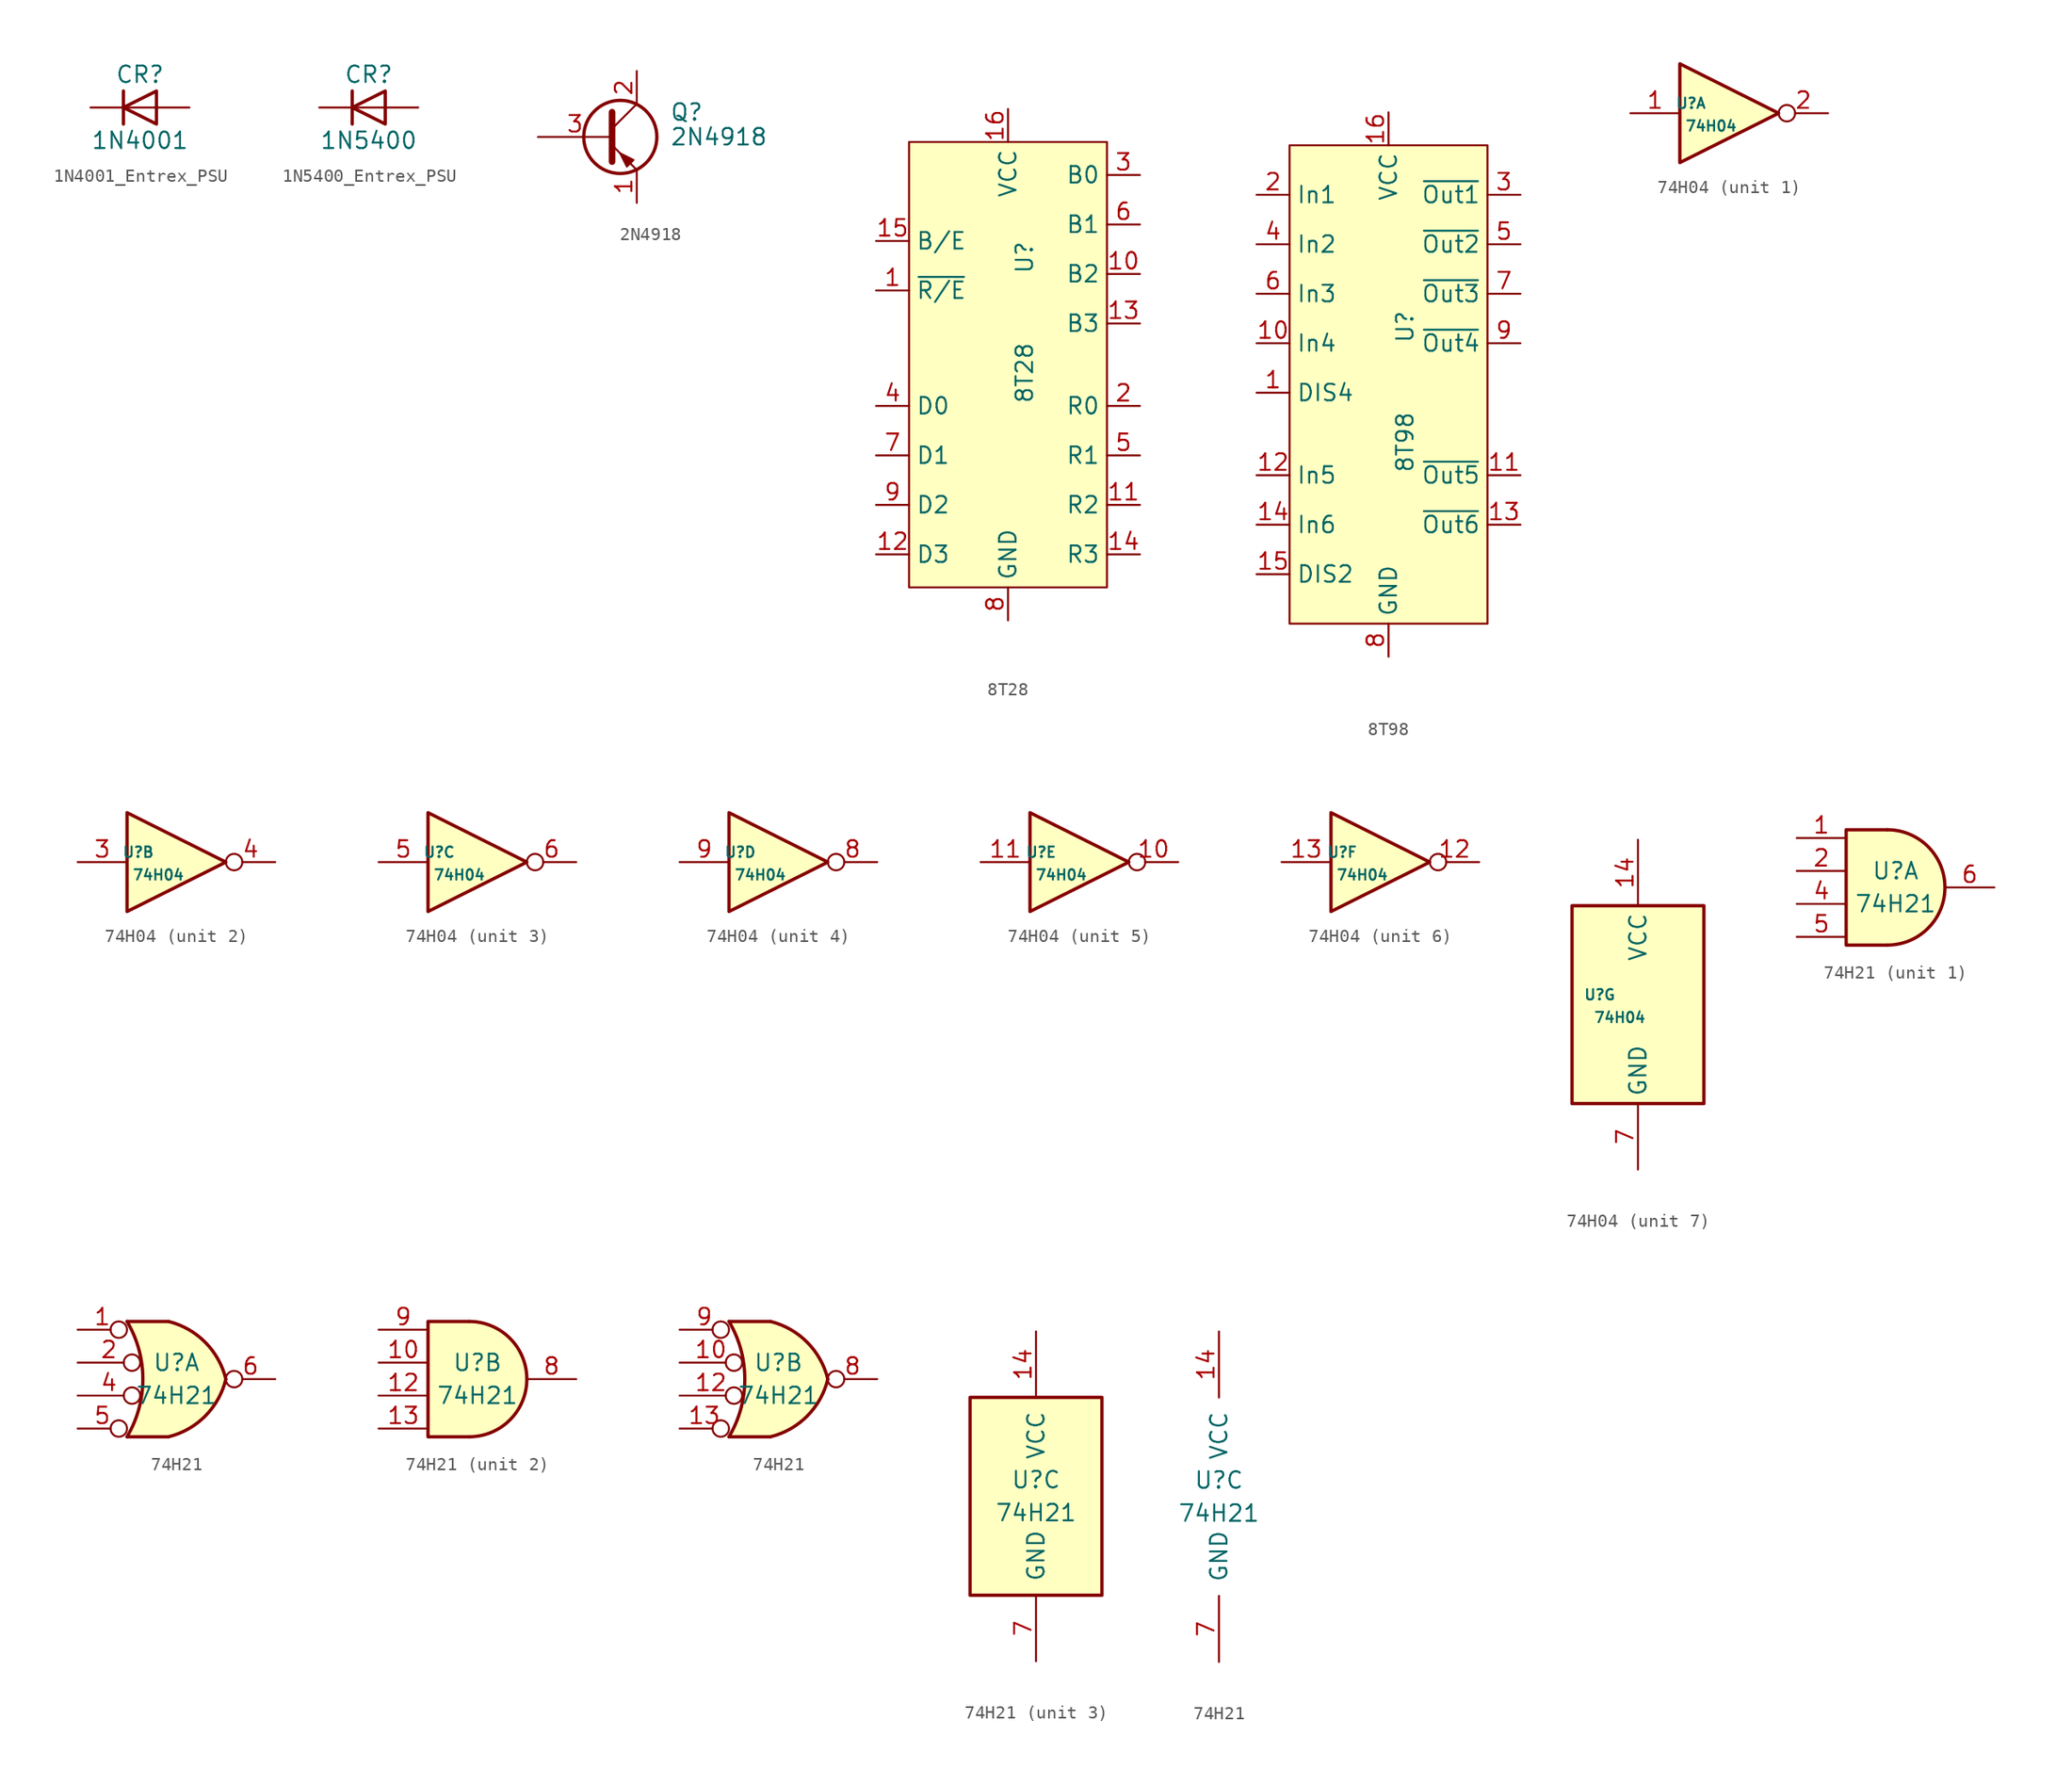
<source format=kicad_sym>
(kicad_symbol_lib
  (version 20220914)
  (generator kicad_symbol_editor)
  (symbol "1N4001_Entrex_PSU"
    (pin_numbers hide)
    (pin_names hide)
    (property "Reference" "CR"
      (at 0 2.54 0)
      (effects (font (size 1.27 1.27))))
    (property "Value" "1N4001"
      (at 0 -2.54 0)
      (effects (font (size 1.27 1.27))))
    (symbol "1N4001_Entrex_PSU_0_1"
      (polyline (pts (xy -1.27 1.27) (xy -1.27 -1.27)) (stroke (width 0.254) (type default)) (fill (type none)))
      (polyline (pts (xy 1.27 0) (xy -1.27 0)) (stroke (width 0) (type default)) (fill (type none)))
      (polyline (pts (xy 1.27 1.27) (xy 1.27 -1.27) (xy -1.27 0) (xy 1.27 1.27)) (stroke (width 0.254) (type default)) (fill (type none))))
    (symbol "1N4001_Entrex_PSU_1_1"
      (pin passive line (at -3.81 0 0) (length 2.54) (name "K" (effects (font (size 1.27 1.27)))) (number "1" (effects (font (size 1.27 1.27)))))
      (pin passive line (at 3.81 0 180) (length 2.54) (name "A" (effects (font (size 1.27 1.27)))) (number "2" (effects (font (size 1.27 1.27)))))))
  (symbol "1N5400_Entrex_PSU"
    (pin_numbers hide)
    (pin_names hide)
    (property "Reference" "CR"
      (at 0 2.54 0)
      (effects (font (size 1.27 1.27))))
    (property "Value" "1N5400"
      (at 0 -2.54 0)
      (effects (font (size 1.27 1.27))))
    (symbol "1N5400_Entrex_PSU_0_1"
      (polyline (pts (xy -1.27 1.27) (xy -1.27 -1.27)) (stroke (width 0.254) (type default)) (fill (type none)))
      (polyline (pts (xy 1.27 0) (xy -1.27 0)) (stroke (width 0) (type default)) (fill (type none)))
      (polyline (pts (xy 1.27 1.27) (xy 1.27 -1.27) (xy -1.27 0) (xy 1.27 1.27)) (stroke (width 0.254) (type default)) (fill (type none))))
    (symbol "1N5400_Entrex_PSU_1_1"
      (pin passive line (at -3.81 0 0) (length 2.54) (name "K" (effects (font (size 1.27 1.27)))) (number "1" (effects (font (size 1.27 1.27)))))
      (pin passive line (at 3.81 0 180) (length 2.54) (name "A" (effects (font (size 1.27 1.27)))) (number "2" (effects (font (size 1.27 1.27)))))))
  (symbol "2N4918"
    (pin_names
      (offset 0) hide)
    (property "Reference" "Q"
      (at 5.08 1.905 0)
      (effects (font (size 1.27 1.27)) (justify left)))
    (property "Value" "2N4918"
      (at 5.08 0 0)
      (effects (font (size 1.27 1.27)) (justify left)))
    (symbol "2N4918_0_1"
      (polyline (pts (xy 0.635 0.635) (xy 2.54 2.54)) (stroke (width 0) (type default)) (fill (type none)))
      (polyline (pts (xy 0.635 -0.635) (xy 2.54 -2.54) (xy 2.54 -2.54)) (stroke (width 0) (type default)) (fill (type none)))
      (polyline (pts (xy 0.635 1.905) (xy 0.635 -1.905) (xy 0.635 -1.905)) (stroke (width 0.508) (type default)) (fill (type none)))
      (polyline (pts (xy 2.286 -1.778) (xy 1.778 -2.286) (xy 1.27 -1.27) (xy 2.286 -1.778) (xy 2.286 -1.778)) (stroke (width 0) (type default)) (fill (type outline)))
      (circle (center 1.27 0) (radius 2.819) (stroke (width 0.254) (type default)) (fill (type none))))
    (symbol "2N4918_1_1"
      (pin passive line (at 2.54 -5.08 90) (length 2.54) (name "E" (effects (font (size 1.27 1.27)))) (number "1" (effects (font (size 1.27 1.27)))))
      (pin passive line (at 2.54 5.08 270) (length 2.54) (name "C" (effects (font (size 1.27 1.27)))) (number "2" (effects (font (size 1.27 1.27)))))
      (pin input line (at -5.08 0 0) (length 5.715) (name "B" (effects (font (size 1.27 1.27)))) (number "3" (effects (font (size 1.27 1.27)))))))
  (symbol "8T28"
    (property "Reference" "U"
      (at 1.27 7.62 90)
      (effects (font (size 1.27 1.27))))
    (property "Value" "8T28"
      (at 1.27 -1.27 90)
      (effects (font (size 1.27 1.27))))
    (symbol "8T28_0_1"
      (rectangle (start -7.62 16.51) (end 7.62 -17.78) (stroke (width 0.152) (type default)) (fill (type color) (color 255 255 194 1))))
    (symbol "8T28_1_1"
      (pin input line (at -10.16 5.08 0) (length 2.54) (name "~{R/E}" (effects (font (size 1.27 1.27)))) (number "1" (effects (font (size 1.27 1.27)))))
      (pin input line (at 10.16 6.35 180) (length 2.54) (name "B2" (effects (font (size 1.27 1.27)))) (number "10" (effects (font (size 1.27 1.27)))))
      (pin output line (at 10.16 -11.43 180) (length 2.54) (name "R2" (effects (font (size 1.27 1.27)))) (number "11" (effects (font (size 1.27 1.27)))))
      (pin input line (at -10.16 -15.24 0) (length 2.54) (name "D3" (effects (font (size 1.27 1.27)))) (number "12" (effects (font (size 1.27 1.27)))))
      (pin input line (at 10.16 2.54 180) (length 2.54) (name "B3" (effects (font (size 1.27 1.27)))) (number "13" (effects (font (size 1.27 1.27)))))
      (pin output line (at 10.16 -15.24 180) (length 2.54) (name "R3" (effects (font (size 1.27 1.27)))) (number "14" (effects (font (size 1.27 1.27)))))
      (pin input line (at -10.16 8.89 0) (length 2.54) (name "B/E" (effects (font (size 1.27 1.27)))) (number "15" (effects (font (size 1.27 1.27)))))
      (pin power_in line (at 0 19.05 270) (length 2.54) (name "VCC" (effects (font (size 1.27 1.27)))) (number "16" (effects (font (size 1.27 1.27)))))
      (pin output line (at 10.16 -3.81 180) (length 2.54) (name "R0" (effects (font (size 1.27 1.27)))) (number "2" (effects (font (size 1.27 1.27)))))
      (pin input line (at 10.16 13.97 180) (length 2.54) (name "B0" (effects (font (size 1.27 1.27)))) (number "3" (effects (font (size 1.27 1.27)))))
      (pin input line (at -10.16 -3.81 0) (length 2.54) (name "D0" (effects (font (size 1.27 1.27)))) (number "4" (effects (font (size 1.27 1.27)))))
      (pin output line (at 10.16 -7.62 180) (length 2.54) (name "R1" (effects (font (size 1.27 1.27)))) (number "5" (effects (font (size 1.27 1.27)))))
      (pin input line (at 10.16 10.16 180) (length 2.54) (name "B1" (effects (font (size 1.27 1.27)))) (number "6" (effects (font (size 1.27 1.27)))))
      (pin input line (at -10.16 -7.62 0) (length 2.54) (name "D1" (effects (font (size 1.27 1.27)))) (number "7" (effects (font (size 1.27 1.27)))))
      (pin power_in line (at 0 -20.32 90) (length 2.54) (name "GND" (effects (font (size 1.27 1.27)))) (number "8" (effects (font (size 1.27 1.27)))))
      (pin input line (at -10.16 -11.43 0) (length 2.54) (name "D2" (effects (font (size 1.27 1.27)))) (number "9" (effects (font (size 1.27 1.27)))))))
  (symbol "8T98"
    (property "Reference" "U"
      (at 1.27 11.43 90)
      (effects (font (size 1.27 1.27))))
    (property "Value" "8T98"
      (at 1.27 2.54 90)
      (effects (font (size 1.27 1.27))))
    (symbol "8T98_0_1"
      (rectangle (start -7.62 25.4) (end 7.62 -11.43) (stroke (width 0.152) (type default)) (fill (type color) (color 255 255 194 1))))
    (symbol "8T98_1_1"
      (pin input line (at -10.16 6.35 0) (length 2.54) (name "DIS4" (effects (font (size 1.27 1.27)))) (number "1" (effects (font (size 1.27 1.27)))))
      (pin input line (at -10.16 10.16 0) (length 2.54) (name "In4" (effects (font (size 1.27 1.27)))) (number "10" (effects (font (size 1.27 1.27)))))
      (pin output line (at 10.16 0 180) (length 2.54) (name "~{Out5}" (effects (font (size 1.27 1.27)))) (number "11" (effects (font (size 1.27 1.27)))))
      (pin input line (at -10.16 0 0) (length 2.54) (name "In5" (effects (font (size 1.27 1.27)))) (number "12" (effects (font (size 1.27 1.27)))))
      (pin output line (at 10.16 -3.81 180) (length 2.54) (name "~{Out6}" (effects (font (size 1.27 1.27)))) (number "13" (effects (font (size 1.27 1.27)))))
      (pin input line (at -10.16 -3.81 0) (length 2.54) (name "In6" (effects (font (size 1.27 1.27)))) (number "14" (effects (font (size 1.27 1.27)))))
      (pin input line (at -10.16 -7.62 0) (length 2.54) (name "DIS2" (effects (font (size 1.27 1.27)))) (number "15" (effects (font (size 1.27 1.27)))))
      (pin power_in line (at 0 27.94 270) (length 2.54) (name "VCC" (effects (font (size 1.27 1.27)))) (number "16" (effects (font (size 1.27 1.27)))))
      (pin input line (at -10.16 21.59 0) (length 2.54) (name "In1" (effects (font (size 1.27 1.27)))) (number "2" (effects (font (size 1.27 1.27)))))
      (pin output line (at 10.16 21.59 180) (length 2.54) (name "~{Out1}" (effects (font (size 1.27 1.27)))) (number "3" (effects (font (size 1.27 1.27)))))
      (pin input line (at -10.16 17.78 0) (length 2.54) (name "In2" (effects (font (size 1.27 1.27)))) (number "4" (effects (font (size 1.27 1.27)))))
      (pin output line (at 10.16 17.78 180) (length 2.54) (name "~{Out2}" (effects (font (size 1.27 1.27)))) (number "5" (effects (font (size 1.27 1.27)))))
      (pin input line (at -10.16 13.97 0) (length 2.54) (name "In3" (effects (font (size 1.27 1.27)))) (number "6" (effects (font (size 1.27 1.27)))))
      (pin output line (at 10.16 13.97 180) (length 2.54) (name "~{Out3}" (effects (font (size 1.27 1.27)))) (number "7" (effects (font (size 1.27 1.27)))))
      (pin power_in line (at 0 -13.97 90) (length 2.54) (name "GND" (effects (font (size 1.27 1.27)))) (number "8" (effects (font (size 1.27 1.27)))))
      (pin output line (at 10.16 10.16 180) (length 2.54) (name "~{Out4}" (effects (font (size 1.27 1.27)))) (number "9" (effects (font (size 1.27 1.27)))))))
  (symbol "74H04"
    (property "Reference" "U"
      (at -2.946 0.762 0)
      (effects (font (size 0.8 0.8))))
    (property "Value" "74H04"
      (at -1.397 -0.991 0)
      (effects (font (size 0.8 0.8))))
    (property "ki_locked" ""
      (at 0 0 0)
      (effects (font (size 1.27 1.27))))
    (symbol "74H04_1_0"
      (polyline (pts (xy -3.81 3.81) (xy -3.81 -3.81) (xy 3.81 0) (xy -3.81 3.81)) (stroke (width 0.254) (type default)) (fill (type background)))
      (pin input line (at -7.62 0 0) (length 3.81) (name "~" (effects (font (size 1.27 1.27)))) (number "1" (effects (font (size 1.27 1.27)))))
      (pin output inverted (at 7.62 0 180) (length 3.81) (name "~" (effects (font (size 1.27 1.27)))) (number "2" (effects (font (size 1.27 1.27))))))
    (symbol "74H04_2_0"
      (polyline (pts (xy -3.81 3.81) (xy -3.81 -3.81) (xy 3.81 0) (xy -3.81 3.81)) (stroke (width 0.254) (type default)) (fill (type background)))
      (pin input line (at -7.62 0 0) (length 3.81) (name "~" (effects (font (size 1.27 1.27)))) (number "3" (effects (font (size 1.27 1.27)))))
      (pin output inverted (at 7.62 0 180) (length 3.81) (name "~" (effects (font (size 1.27 1.27)))) (number "4" (effects (font (size 1.27 1.27))))))
    (symbol "74H04_3_0"
      (polyline (pts (xy -3.81 3.81) (xy -3.81 -3.81) (xy 3.81 0) (xy -3.81 3.81)) (stroke (width 0.254) (type default)) (fill (type background)))
      (pin input line (at -7.62 0 0) (length 3.81) (name "~" (effects (font (size 1.27 1.27)))) (number "5" (effects (font (size 1.27 1.27)))))
      (pin output inverted (at 7.62 0 180) (length 3.81) (name "~" (effects (font (size 1.27 1.27)))) (number "6" (effects (font (size 1.27 1.27))))))
    (symbol "74H04_4_0"
      (polyline (pts (xy -3.81 3.81) (xy -3.81 -3.81) (xy 3.81 0) (xy -3.81 3.81)) (stroke (width 0.254) (type default)) (fill (type background)))
      (pin output inverted (at 7.62 0 180) (length 3.81) (name "~" (effects (font (size 1.27 1.27)))) (number "8" (effects (font (size 1.27 1.27)))))
      (pin input line (at -7.62 0 0) (length 3.81) (name "~" (effects (font (size 1.27 1.27)))) (number "9" (effects (font (size 1.27 1.27))))))
    (symbol "74H04_5_0"
      (polyline (pts (xy -3.81 3.81) (xy -3.81 -3.81) (xy 3.81 0) (xy -3.81 3.81)) (stroke (width 0.254) (type default)) (fill (type background)))
      (pin output inverted (at 7.62 0 180) (length 3.81) (name "~" (effects (font (size 1.27 1.27)))) (number "10" (effects (font (size 1.27 1.27)))))
      (pin input line (at -7.62 0 0) (length 3.81) (name "~" (effects (font (size 1.27 1.27)))) (number "11" (effects (font (size 1.27 1.27))))))
    (symbol "74H04_6_0"
      (polyline (pts (xy -3.81 3.81) (xy -3.81 -3.81) (xy 3.81 0) (xy -3.81 3.81)) (stroke (width 0.254) (type default)) (fill (type background)))
      (pin output inverted (at 7.62 0 180) (length 3.81) (name "~" (effects (font (size 1.27 1.27)))) (number "12" (effects (font (size 1.27 1.27)))))
      (pin input line (at -7.62 0 0) (length 3.81) (name "~" (effects (font (size 1.27 1.27)))) (number "13" (effects (font (size 1.27 1.27))))))
    (symbol "74H04_7_0"
      (pin power_in line (at 0 12.7 270) (length 5.08) (name "VCC" (effects (font (size 1.27 1.27)))) (number "14" (effects (font (size 1.27 1.27)))))
      (pin power_in line (at 0 -12.7 90) (length 5.08) (name "GND" (effects (font (size 1.27 1.27)))) (number "7" (effects (font (size 1.27 1.27))))))
    (symbol "74H04_7_1"
      (rectangle (start -5.08 7.62) (end 5.08 -7.62) (stroke (width 0.254) (type default)) (fill (type background)))))
  (symbol "74H21"
    (pin_names
      (offset 1.016))
    (property "Reference" "U"
      (at 0 1.27 0)
      (effects (font (size 1.27 1.27))))
    (property "Value" "74H21"
      (at 0 -1.27 0)
      (effects (font (size 1.27 1.27))))
    (property "ki_locked" ""
      (at 0 0 0)
      (effects (font (size 1.27 1.27))))
    (symbol "74H21_1_1"
      (arc (start -0.635 -4.445) (mid 3.7907 0) (end -0.635 4.445) (stroke (width 0.254) (type default)) (fill (type background)))
      (polyline (pts (xy -0.635 4.445) (xy -3.81 4.445) (xy -3.81 -4.445) (xy -0.635 -4.445)) (stroke (width 0.254) (type default)) (fill (type background)))
      (pin input line (at -7.62 3.81 0) (length 3.81) (name "~" (effects (font (size 1.27 1.27)))) (number "1" (effects (font (size 1.27 1.27)))))
      (pin input line (at -7.62 1.27 0) (length 3.81) (name "~" (effects (font (size 1.27 1.27)))) (number "2" (effects (font (size 1.27 1.27)))))
      (pin input line (at -7.62 -1.27 0) (length 3.81) (name "~" (effects (font (size 1.27 1.27)))) (number "4" (effects (font (size 1.27 1.27)))))
      (pin input line (at -7.62 -3.81 0) (length 3.81) (name "~" (effects (font (size 1.27 1.27)))) (number "5" (effects (font (size 1.27 1.27)))))
      (pin output line (at 7.62 0 180) (length 3.81) (name "~" (effects (font (size 1.27 1.27)))) (number "6" (effects (font (size 1.27 1.27))))))
    (symbol "74H21_1_2"
      (arc (start -3.81 -4.445) (mid -2.5908 0) (end -3.81 4.445) (stroke (width 0.254) (type default)) (fill (type none)))
      (arc (start -0.6096 -4.445) (mid 2.2246 -2.8422) (end 3.81 0) (stroke (width 0.254) (type default)) (fill (type background)))
      (polyline (pts (xy -3.81 -4.445) (xy -0.635 -4.445)) (stroke (width 0.254) (type default)) (fill (type background)))
      (polyline (pts (xy -3.81 4.445) (xy -0.635 4.445)) (stroke (width 0.254) (type default)) (fill (type background)))
      (polyline (pts (xy -0.635 4.445) (xy -3.81 4.445) (xy -3.81 4.445) (xy -3.632 4.089) (xy -3.099 2.921) (xy -2.769 1.676) (xy -2.616 0.432) (xy -2.642 -0.864) (xy -2.87 -2.108) (xy -3.251 -3.327) (xy -3.81 -4.445) (xy -3.81 -4.445) (xy -0.635 -4.445)) (stroke (width -25.4) (type default)) (fill (type background)))
      (arc (start 3.81 0) (mid 2.2204 2.8379) (end -0.6096 4.445) (stroke (width 0.254) (type default)) (fill (type background)))
      (pin input inverted (at -7.62 3.81 0) (length 3.81) (name "~" (effects (font (size 1.27 1.27)))) (number "1" (effects (font (size 1.27 1.27)))))
      (pin input inverted (at -7.62 1.27 0) (length 4.826) (name "~" (effects (font (size 1.27 1.27)))) (number "2" (effects (font (size 1.27 1.27)))))
      (pin input inverted (at -7.62 -1.27 0) (length 4.826) (name "~" (effects (font (size 1.27 1.27)))) (number "4" (effects (font (size 1.27 1.27)))))
      (pin input inverted (at -7.62 -3.81 0) (length 3.81) (name "~" (effects (font (size 1.27 1.27)))) (number "5" (effects (font (size 1.27 1.27)))))
      (pin output inverted (at 7.62 0 180) (length 3.81) (name "~" (effects (font (size 1.27 1.27)))) (number "6" (effects (font (size 1.27 1.27))))))
    (symbol "74H21_2_1"
      (arc (start -0.635 -4.445) (mid 3.7907 0) (end -0.635 4.445) (stroke (width 0.254) (type default)) (fill (type background)))
      (polyline (pts (xy -0.635 4.445) (xy -3.81 4.445) (xy -3.81 -4.445) (xy -0.635 -4.445)) (stroke (width 0.254) (type default)) (fill (type background)))
      (pin input line (at -7.62 1.27 0) (length 3.81) (name "~" (effects (font (size 1.27 1.27)))) (number "10" (effects (font (size 1.27 1.27)))))
      (pin input line (at -7.62 -1.27 0) (length 3.81) (name "~" (effects (font (size 1.27 1.27)))) (number "12" (effects (font (size 1.27 1.27)))))
      (pin input line (at -7.62 -3.81 0) (length 3.81) (name "~" (effects (font (size 1.27 1.27)))) (number "13" (effects (font (size 1.27 1.27)))))
      (pin output line (at 7.62 0 180) (length 3.81) (name "~" (effects (font (size 1.27 1.27)))) (number "8" (effects (font (size 1.27 1.27)))))
      (pin input line (at -7.62 3.81 0) (length 3.81) (name "~" (effects (font (size 1.27 1.27)))) (number "9" (effects (font (size 1.27 1.27))))))
    (symbol "74H21_2_2"
      (arc (start -3.81 -4.445) (mid -2.5908 0) (end -3.81 4.445) (stroke (width 0.254) (type default)) (fill (type none)))
      (arc (start -0.6096 -4.445) (mid 2.2246 -2.8422) (end 3.81 0) (stroke (width 0.254) (type default)) (fill (type background)))
      (polyline (pts (xy -3.81 -4.445) (xy -0.635 -4.445)) (stroke (width 0.254) (type default)) (fill (type background)))
      (polyline (pts (xy -3.81 4.445) (xy -0.635 4.445)) (stroke (width 0.254) (type default)) (fill (type background)))
      (polyline (pts (xy -0.635 4.445) (xy -3.81 4.445) (xy -3.81 4.445) (xy -3.632 4.089) (xy -3.099 2.921) (xy -2.769 1.676) (xy -2.616 0.432) (xy -2.642 -0.864) (xy -2.87 -2.108) (xy -3.251 -3.327) (xy -3.81 -4.445) (xy -3.81 -4.445) (xy -0.635 -4.445)) (stroke (width -25.4) (type default)) (fill (type background)))
      (arc (start 3.81 0) (mid 2.2204 2.8379) (end -0.6096 4.445) (stroke (width 0.254) (type default)) (fill (type background)))
      (pin input inverted (at -7.62 1.27 0) (length 4.826) (name "~" (effects (font (size 1.27 1.27)))) (number "10" (effects (font (size 1.27 1.27)))))
      (pin input inverted (at -7.62 -1.27 0) (length 4.826) (name "~" (effects (font (size 1.27 1.27)))) (number "12" (effects (font (size 1.27 1.27)))))
      (pin input inverted (at -7.62 -3.81 0) (length 3.81) (name "~" (effects (font (size 1.27 1.27)))) (number "13" (effects (font (size 1.27 1.27)))))
      (pin output inverted (at 7.62 0 180) (length 3.81) (name "~" (effects (font (size 1.27 1.27)))) (number "8" (effects (font (size 1.27 1.27)))))
      (pin input inverted (at -7.62 3.81 0) (length 3.81) (name "~" (effects (font (size 1.27 1.27)))) (number "9" (effects (font (size 1.27 1.27))))))
    (symbol "74H21_3_0"
      (pin power_in line (at 0 12.7 270) (length 5.08) (name "VCC" (effects (font (size 1.27 1.27)))) (number "14" (effects (font (size 1.27 1.27)))))
      (pin power_in line (at 0 -12.7 90) (length 5.08) (name "GND" (effects (font (size 1.27 1.27)))) (number "7" (effects (font (size 1.27 1.27))))))
    (symbol "74H21_3_1"
      (rectangle (start -5.08 7.62) (end 5.08 -7.62) (stroke (width 0.254) (type default)) (fill (type background))))))
</source>
